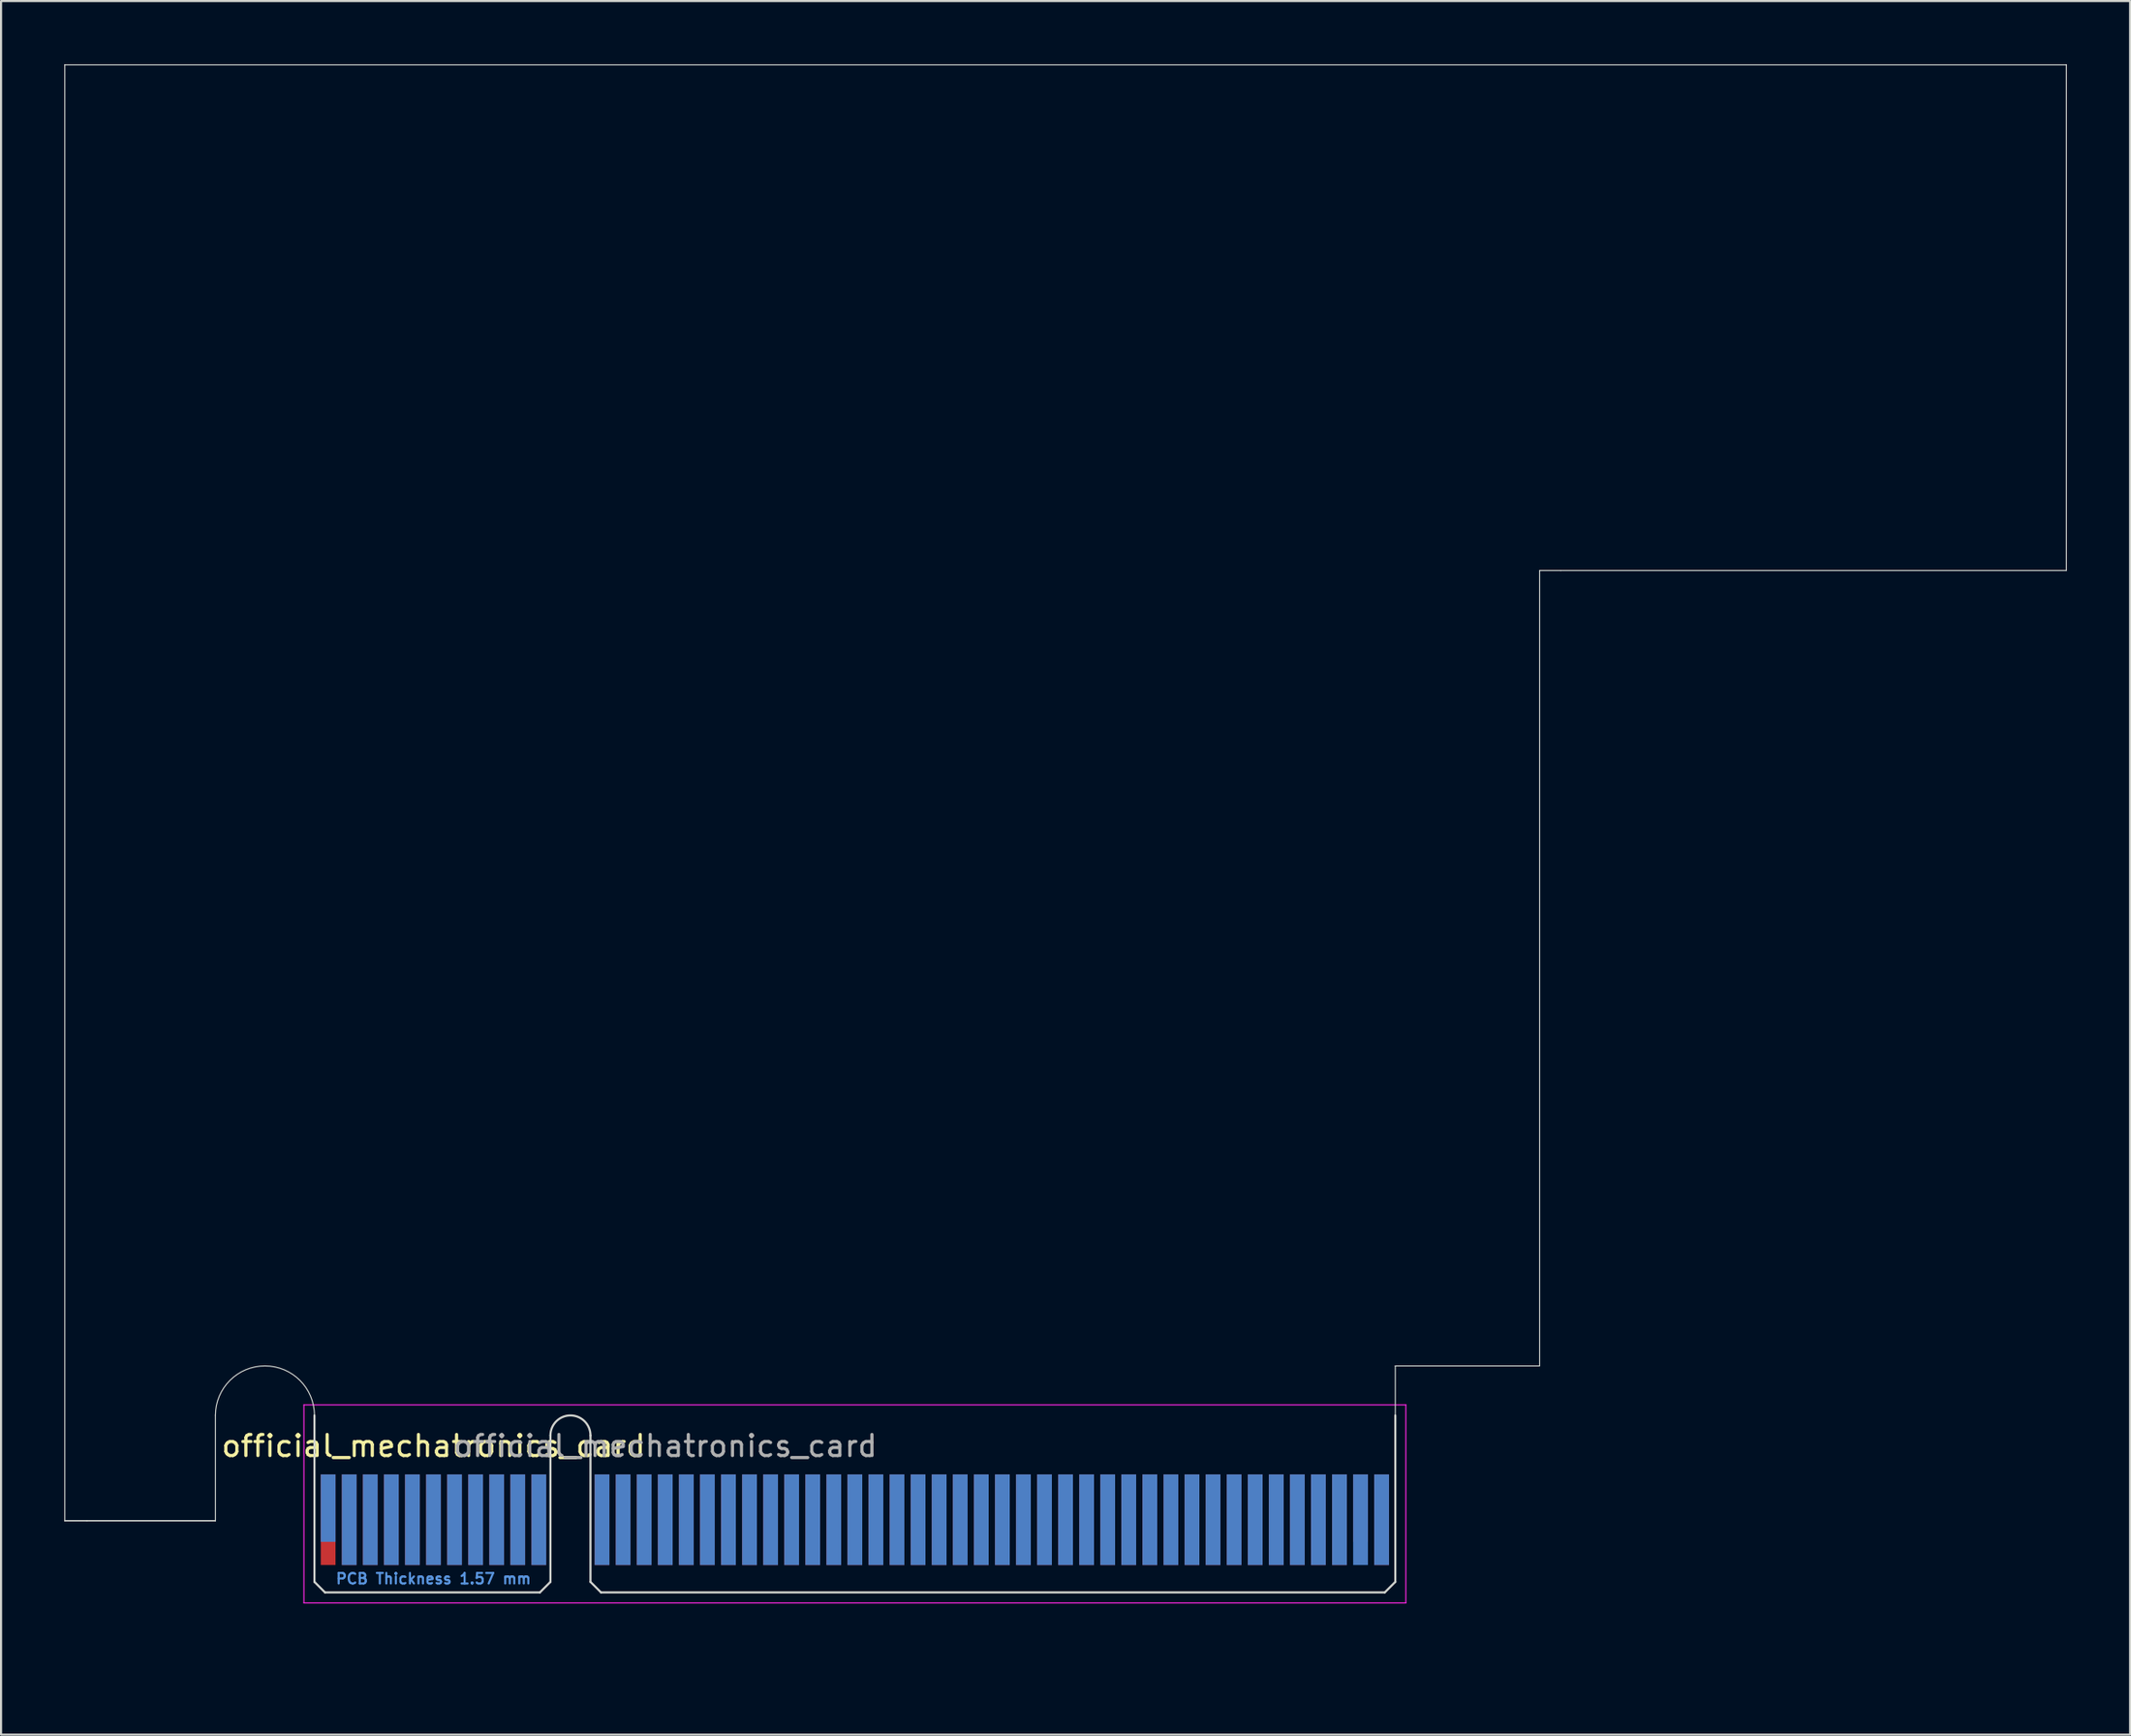
<source format=kicad_pcb>
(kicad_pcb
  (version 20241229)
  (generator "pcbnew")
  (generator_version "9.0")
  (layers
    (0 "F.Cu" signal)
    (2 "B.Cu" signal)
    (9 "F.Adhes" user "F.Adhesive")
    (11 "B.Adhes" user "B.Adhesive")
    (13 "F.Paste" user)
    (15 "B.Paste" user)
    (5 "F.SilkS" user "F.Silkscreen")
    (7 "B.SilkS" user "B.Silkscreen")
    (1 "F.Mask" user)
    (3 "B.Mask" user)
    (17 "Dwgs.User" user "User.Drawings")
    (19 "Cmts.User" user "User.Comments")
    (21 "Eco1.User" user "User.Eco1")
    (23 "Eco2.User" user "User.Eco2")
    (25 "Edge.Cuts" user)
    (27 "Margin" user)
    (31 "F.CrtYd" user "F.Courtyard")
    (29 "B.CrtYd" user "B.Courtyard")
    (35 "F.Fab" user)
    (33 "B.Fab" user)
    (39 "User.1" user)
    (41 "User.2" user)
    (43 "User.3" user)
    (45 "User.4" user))
  (footprint "official_mechatronics_card"
    (layer "F.Cu")
    (at 9.525 76.025)
    (property "Reference" "official_mechatronics_card" (at 8 -10.45 0) (layer "F.SilkS") (effects (font (size 1 1) (thickness 0.15))))
    (attr exclude_from_pos_files exclude_from_bom)
    (fp_line (start -9.5 -76) (end 85.5 -76) (stroke (width 0.05) (type default)) (layer "Edge.Cuts"))
    (fp_line (start -9.5 -6.9) (end -9.5 -76) (stroke (width 0.05) (type default)) (layer "Edge.Cuts"))
    (fp_line (start -8.45 -6.9) (end -9.5 -6.9) (stroke (width 0.05) (type default)) (layer "Edge.Cuts"))
    (fp_line (start -2.35 -11.9) (end -2.35 -6.9) (stroke (width 0.05) (type default)) (layer "Edge.Cuts"))
    (fp_line (start -2.35 -6.9) (end -9.5 -6.9) (stroke (width 0.05) (type default)) (layer "Edge.Cuts"))
    (fp_line (start -2.35 -6.9) (end -8.45 -6.9) (stroke (width 0.05) (type default)) (layer "Edge.Cuts"))
    (fp_line (start 2.35 -11.9) (end 2.35 -4) (stroke (width 0.1) (type solid)) (layer "Edge.Cuts"))
    (fp_line (start 2.35 -4) (end 2.85 -3.5) (stroke (width 0.1) (type solid)) (layer "Edge.Cuts"))
    (fp_line (start 2.85 -3.5) (end 13.05 -3.5) (stroke (width 0.1) (type solid)) (layer "Edge.Cuts"))
    (fp_line (start 13.55 -10.95) (end 13.55 -4) (stroke (width 0.1) (type solid)) (layer "Edge.Cuts"))
    (fp_line (start 13.55 -4) (end 13.05 -3.5) (stroke (width 0.1) (type solid)) (layer "Edge.Cuts"))
    (fp_line (start 15.45 -10.95) (end 15.45 -4) (stroke (width 0.1) (type solid)) (layer "Edge.Cuts"))
    (fp_line (start 15.45 -4) (end 15.95 -3.5) (stroke (width 0.1) (type solid)) (layer "Edge.Cuts"))
    (fp_line (start 15.95 -3.5) (end 53.15 -3.5) (stroke (width 0.1) (type solid)) (layer "Edge.Cuts"))
    (fp_line (start 53.65 -14.25) (end 60.5 -14.25) (stroke (width 0.05) (type default)) (layer "Edge.Cuts"))
    (fp_line (start 53.65 -11.9) (end 53.65 -14.25) (stroke (width 0.05) (type default)) (layer "Edge.Cuts"))
    (fp_line (start 53.65 -11.9) (end 53.65 -4) (stroke (width 0.1) (type solid)) (layer "Edge.Cuts"))
    (fp_line (start 53.65 -4) (end 53.15 -3.5) (stroke (width 0.1) (type solid)) (layer "Edge.Cuts"))
    (fp_line (start 60.5 -52) (end 60.5 -14.25) (stroke (width 0.05) (type default)) (layer "Edge.Cuts"))
    (fp_line (start 61.5 -52) (end 60.5 -52) (stroke (width 0.05) (type default)) (layer "Edge.Cuts"))
    (fp_line (start 85.5 -76) (end 85.5 -52) (stroke (width 0.05) (type default)) (layer "Edge.Cuts"))
    (fp_line (start 85.5 -52) (end 61.5 -52) (stroke (width 0.05) (type default)) (layer "Edge.Cuts"))
    (fp_arc (start -2.35 -11.9) (mid 0 -14.25) (end 2.35 -11.9) (stroke (width 0.05) (type default)) (layer "Edge.Cuts"))
    (fp_arc (start 13.55 -10.95) (mid 14.5 -11.9) (end 15.45 -10.95) (stroke (width 0.1) (type solid)) (layer "Edge.Cuts"))
    (fp_line (start 1.85 -12.4) (end 1.85 -3) (stroke (width 0.05) (type solid)) (layer "F.CrtYd"))
    (fp_line (start 1.85 -12.4) (end 54.15 -12.4) (stroke (width 0.05) (type solid)) (layer "F.CrtYd"))
    (fp_line (start 54.15 -3) (end 1.85 -3) (stroke (width 0.05) (type solid)) (layer "F.CrtYd"))
    (fp_line (start 54.15 -3) (end 54.15 -12.4) (stroke (width 0.05) (type solid)) (layer "F.CrtYd"))
    (fp_rect (start 0 -11) (end 56 0) (stroke (width 0.1) (type default)) (fill no) (layer "User.2"))
    (fp_text user "PCB Thickness 1.57 mm" (at 8 -4.15 180) (layer "Cmts.User") (effects (font (size 0.5 0.5) (thickness 0.1))))
    (fp_text user "${REFERENCE}" (at 19 -10.45 0) (layer "F.Fab") (effects (font (size 1 1) (thickness 0.15))))
    (pad "A1" connect rect (at 3 -7.5) (size 0.7 3.2) (layers "B.Cu" "B.Mask"))
    (pad "A2" connect rect (at 4 -6.95) (size 0.7 4.3) (layers "B.Cu" "B.Mask"))
    (pad "A3" connect rect (at 5 -6.95) (size 0.7 4.3) (layers "B.Cu" "B.Mask"))
    (pad "A4" connect rect (at 6 -6.95) (size 0.7 4.3) (layers "B.Cu" "B.Mask"))
    (pad "A5" connect rect (at 7 -6.95) (size 0.7 4.3) (layers "B.Cu" "B.Mask"))
    (pad "A6" connect rect (at 8 -6.95) (size 0.7 4.3) (layers "B.Cu" "B.Mask"))
    (pad "A7" connect rect (at 9 -6.95) (size 0.7 4.3) (layers "B.Cu" "B.Mask"))
    (pad "A8" connect rect (at 10 -6.95) (size 0.7 4.3) (layers "B.Cu" "B.Mask"))
    (pad "A9" connect rect (at 11 -6.95) (size 0.7 4.3) (layers "B.Cu" "B.Mask"))
    (pad "A10" connect rect (at 12 -6.95) (size 0.7 4.3) (layers "B.Cu" "B.Mask"))
    (pad "A11" connect rect (at 13 -6.95) (size 0.7 4.3) (layers "B.Cu" "B.Mask"))
    (pad "A12" connect rect (at 16 -6.95) (size 0.7 4.3) (layers "B.Cu" "B.Mask"))
    (pad "A13" connect rect (at 17 -6.95) (size 0.7 4.3) (layers "B.Cu" "B.Mask"))
    (pad "A14" connect rect (at 18 -6.95) (size 0.7 4.3) (layers "B.Cu" "B.Mask"))
    (pad "A15" connect rect (at 19 -6.95) (size 0.7 4.3) (layers "B.Cu" "B.Mask"))
    (pad "A16" connect rect (at 20 -6.95) (size 0.7 4.3) (layers "B.Cu" "B.Mask"))
    (pad "A17" connect rect (at 21 -6.95) (size 0.7 4.3) (layers "B.Cu" "B.Mask"))
    (pad "A18" connect rect (at 22 -6.95) (size 0.7 4.3) (layers "B.Cu" "B.Mask"))
    (pad "A19" connect rect (at 23 -6.95) (size 0.7 4.3) (layers "B.Cu" "B.Mask"))
    (pad "A20" connect rect (at 24 -6.95) (size 0.7 4.3) (layers "B.Cu" "B.Mask"))
    (pad "A21" connect rect (at 25 -6.95) (size 0.7 4.3) (layers "B.Cu" "B.Mask"))
    (pad "A22" connect rect (at 26 -6.95) (size 0.7 4.3) (layers "B.Cu" "B.Mask"))
    (pad "A23" connect rect (at 27 -6.95) (size 0.7 4.3) (layers "B.Cu" "B.Mask"))
    (pad "A24" connect rect (at 28 -6.95) (size 0.7 4.3) (layers "B.Cu" "B.Mask"))
    (pad "A25" connect rect (at 29 -6.95) (size 0.7 4.3) (layers "B.Cu" "B.Mask"))
    (pad "A26" connect rect (at 30 -6.95) (size 0.7 4.3) (layers "B.Cu" "B.Mask"))
    (pad "A27" connect rect (at 31 -6.95) (size 0.7 4.3) (layers "B.Cu" "B.Mask"))
    (pad "A28" connect rect (at 32 -6.95) (size 0.7 4.3) (layers "B.Cu" "B.Mask"))
    (pad "A29" connect rect (at 33 -6.95) (size 0.7 4.3) (layers "B.Cu" "B.Mask"))
    (pad "A30" connect rect (at 34 -6.95) (size 0.7 4.3) (layers "B.Cu" "B.Mask"))
    (pad "A31" connect rect (at 35 -6.95) (size 0.7 4.3) (layers "B.Cu" "B.Mask"))
    (pad "A32" connect rect (at 36 -6.95) (size 0.7 4.3) (layers "B.Cu" "B.Mask"))
    (pad "A33" connect rect (at 37 -6.95) (size 0.7 4.3) (layers "B.Cu" "B.Mask"))
    (pad "A34" connect rect (at 38 -6.95) (size 0.7 4.3) (layers "B.Cu" "B.Mask"))
    (pad "A35" connect rect (at 39 -6.95) (size 0.7 4.3) (layers "B.Cu" "B.Mask"))
    (pad "A36" connect rect (at 40 -6.95) (size 0.7 4.3) (layers "B.Cu" "B.Mask"))
    (pad "A37" connect rect (at 41 -6.95) (size 0.7 4.3) (layers "B.Cu" "B.Mask"))
    (pad "A38" connect rect (at 42 -6.95) (size 0.7 4.3) (layers "B.Cu" "B.Mask"))
    (pad "A39" connect rect (at 43 -6.95) (size 0.7 4.3) (layers "B.Cu" "B.Mask"))
    (pad "A40" connect rect (at 44 -6.95) (size 0.7 4.3) (layers "B.Cu" "B.Mask"))
    (pad "A41" connect rect (at 45 -6.95) (size 0.7 4.3) (layers "B.Cu" "B.Mask"))
    (pad "A42" connect rect (at 46 -6.95) (size 0.7 4.3) (layers "B.Cu" "B.Mask"))
    (pad "A43" connect rect (at 47 -6.95) (size 0.7 4.3) (layers "B.Cu" "B.Mask"))
    (pad "A44" connect rect (at 48 -6.95) (size 0.7 4.3) (layers "B.Cu" "B.Mask"))
    (pad "A45" connect rect (at 49 -6.95) (size 0.7 4.3) (layers "B.Cu" "B.Mask"))
    (pad "A46" connect rect (at 50 -6.95) (size 0.7 4.3) (layers "B.Cu" "B.Mask"))
    (pad "A47" connect rect (at 51 -6.95) (size 0.7 4.3) (layers "B.Cu" "B.Mask"))
    (pad "A48" connect rect (at 52 -6.95) (size 0.7 4.3) (layers "B.Cu" "B.Mask"))
    (pad "A49" connect rect (at 53 -6.95) (size 0.7 4.3) (layers "B.Cu" "B.Mask"))
    (pad "B1" connect rect (at 3 -6.95) (size 0.7 4.3) (layers "F.Cu" "F.Mask"))
    (pad "B2" connect rect (at 4 -6.95) (size 0.7 4.3) (layers "F.Cu" "F.Mask"))
    (pad "B3" connect rect (at 5 -6.95) (size 0.7 4.3) (layers "F.Cu" "F.Mask"))
    (pad "B4" connect rect (at 6 -6.95) (size 0.7 4.3) (layers "F.Cu" "F.Mask"))
    (pad "B5" connect rect (at 7 -6.95) (size 0.7 4.3) (layers "F.Cu" "F.Mask"))
    (pad "B6" connect rect (at 8 -6.95) (size 0.7 4.3) (layers "F.Cu" "F.Mask"))
    (pad "B7" connect rect (at 9 -6.95) (size 0.7 4.3) (layers "F.Cu" "F.Mask"))
    (pad "B8" connect rect (at 10 -6.95) (size 0.7 4.3) (layers "F.Cu" "F.Mask"))
    (pad "B9" connect rect (at 11 -6.95) (size 0.7 4.3) (layers "F.Cu" "F.Mask"))
    (pad "B10" connect rect (at 12 -6.95) (size 0.7 4.3) (layers "F.Cu" "F.Mask"))
    (pad "B11" connect rect (at 13 -6.95) (size 0.7 4.3) (layers "F.Cu" "F.Mask"))
    (pad "B12" connect rect (at 16 -6.95) (size 0.7 4.3) (layers "F.Cu" "F.Mask"))
    (pad "B13" connect rect (at 17 -6.95) (size 0.7 4.3) (layers "F.Cu" "F.Mask"))
    (pad "B14" connect rect (at 18 -6.95) (size 0.7 4.3) (layers "F.Cu" "F.Mask"))
    (pad "B15" connect rect (at 19 -6.95) (size 0.7 4.3) (layers "F.Cu" "F.Mask"))
    (pad "B16" connect rect (at 20 -6.95) (size 0.7 4.3) (layers "F.Cu" "F.Mask"))
    (pad "B17" connect rect (at 21 -6.95) (size 0.7 4.3) (layers "F.Cu" "F.Mask"))
    (pad "B18" connect rect (at 22 -6.95) (size 0.7 4.3) (layers "F.Cu" "F.Mask"))
    (pad "B19" connect rect (at 23 -6.95) (size 0.7 4.3) (layers "F.Cu" "F.Mask"))
    (pad "B20" connect rect (at 24 -6.95) (size 0.7 4.3) (layers "F.Cu" "F.Mask"))
    (pad "B21" connect rect (at 25 -6.95) (size 0.7 4.3) (layers "F.Cu" "F.Mask"))
    (pad "B22" connect rect (at 26 -6.95) (size 0.7 4.3) (layers "F.Cu" "F.Mask"))
    (pad "B23" connect rect (at 27 -6.95) (size 0.7 4.3) (layers "F.Cu" "F.Mask"))
    (pad "B24" connect rect (at 28 -6.95) (size 0.7 4.3) (layers "F.Cu" "F.Mask"))
    (pad "B25" connect rect (at 29 -6.95) (size 0.7 4.3) (layers "F.Cu" "F.Mask"))
    (pad "B26" connect rect (at 30 -6.95) (size 0.7 4.3) (layers "F.Cu" "F.Mask"))
    (pad "B27" connect rect (at 31 -6.95) (size 0.7 4.3) (layers "F.Cu" "F.Mask"))
    (pad "B28" connect rect (at 32 -6.95) (size 0.7 4.3) (layers "F.Cu" "F.Mask"))
    (pad "B29" connect rect (at 33 -6.95) (size 0.7 4.3) (layers "F.Cu" "F.Mask"))
    (pad "B30" connect rect (at 34 -6.95) (size 0.7 4.3) (layers "F.Cu" "F.Mask"))
    (pad "B31" connect rect (at 35 -6.95) (size 0.7 4.3) (layers "F.Cu" "F.Mask"))
    (pad "B32" connect rect (at 36 -6.95) (size 0.7 4.3) (layers "F.Cu" "F.Mask"))
    (pad "B33" connect rect (at 37 -6.95) (size 0.7 4.3) (layers "F.Cu" "F.Mask"))
    (pad "B34" connect rect (at 38 -6.95) (size 0.7 4.3) (layers "F.Cu" "F.Mask"))
    (pad "B35" connect rect (at 39 -6.95) (size 0.7 4.3) (layers "F.Cu" "F.Mask"))
    (pad "B36" connect rect (at 40 -6.95) (size 0.7 4.3) (layers "F.Cu" "F.Mask"))
    (pad "B37" connect rect (at 41 -6.95) (size 0.7 4.3) (layers "F.Cu" "F.Mask"))
    (pad "B38" connect rect (at 42 -6.95) (size 0.7 4.3) (layers "F.Cu" "F.Mask"))
    (pad "B39" connect rect (at 43 -6.95) (size 0.7 4.3) (layers "F.Cu" "F.Mask"))
    (pad "B40" connect rect (at 44 -6.95) (size 0.7 4.3) (layers "F.Cu" "F.Mask"))
    (pad "B41" connect rect (at 45 -6.95) (size 0.7 4.3) (layers "F.Cu" "F.Mask"))
    (pad "B42" connect rect (at 46 -6.95) (size 0.7 4.3) (layers "F.Cu" "F.Mask"))
    (pad "B43" connect rect (at 47 -6.95) (size 0.7 4.3) (layers "F.Cu" "F.Mask"))
    (pad "B44" connect rect (at 48 -6.95) (size 0.7 4.3) (layers "F.Cu" "F.Mask"))
    (pad "B45" connect rect (at 49 -6.95) (size 0.7 4.3) (layers "F.Cu" "F.Mask"))
    (pad "B46" connect rect (at 50 -6.95) (size 0.7 4.3) (layers "F.Cu" "F.Mask"))
    (pad "B47" connect rect (at 51 -6.95) (size 0.7 4.3) (layers "F.Cu" "F.Mask"))
    (pad "B48" connect rect (at 52 -7.5) (size 0.7 3.2) (layers "F.Cu" "F.Mask"))
    (pad "B49" connect rect (at 53 -6.95) (size 0.7 4.3) (layers "F.Cu" "F.Mask")))
  (gr_rect
    (start -3 -3)
    (end 98.05 79.275)
    (stroke (width 0.1) (type default))
    (fill no)
    (layer "Edge.Cuts")))
</source>
